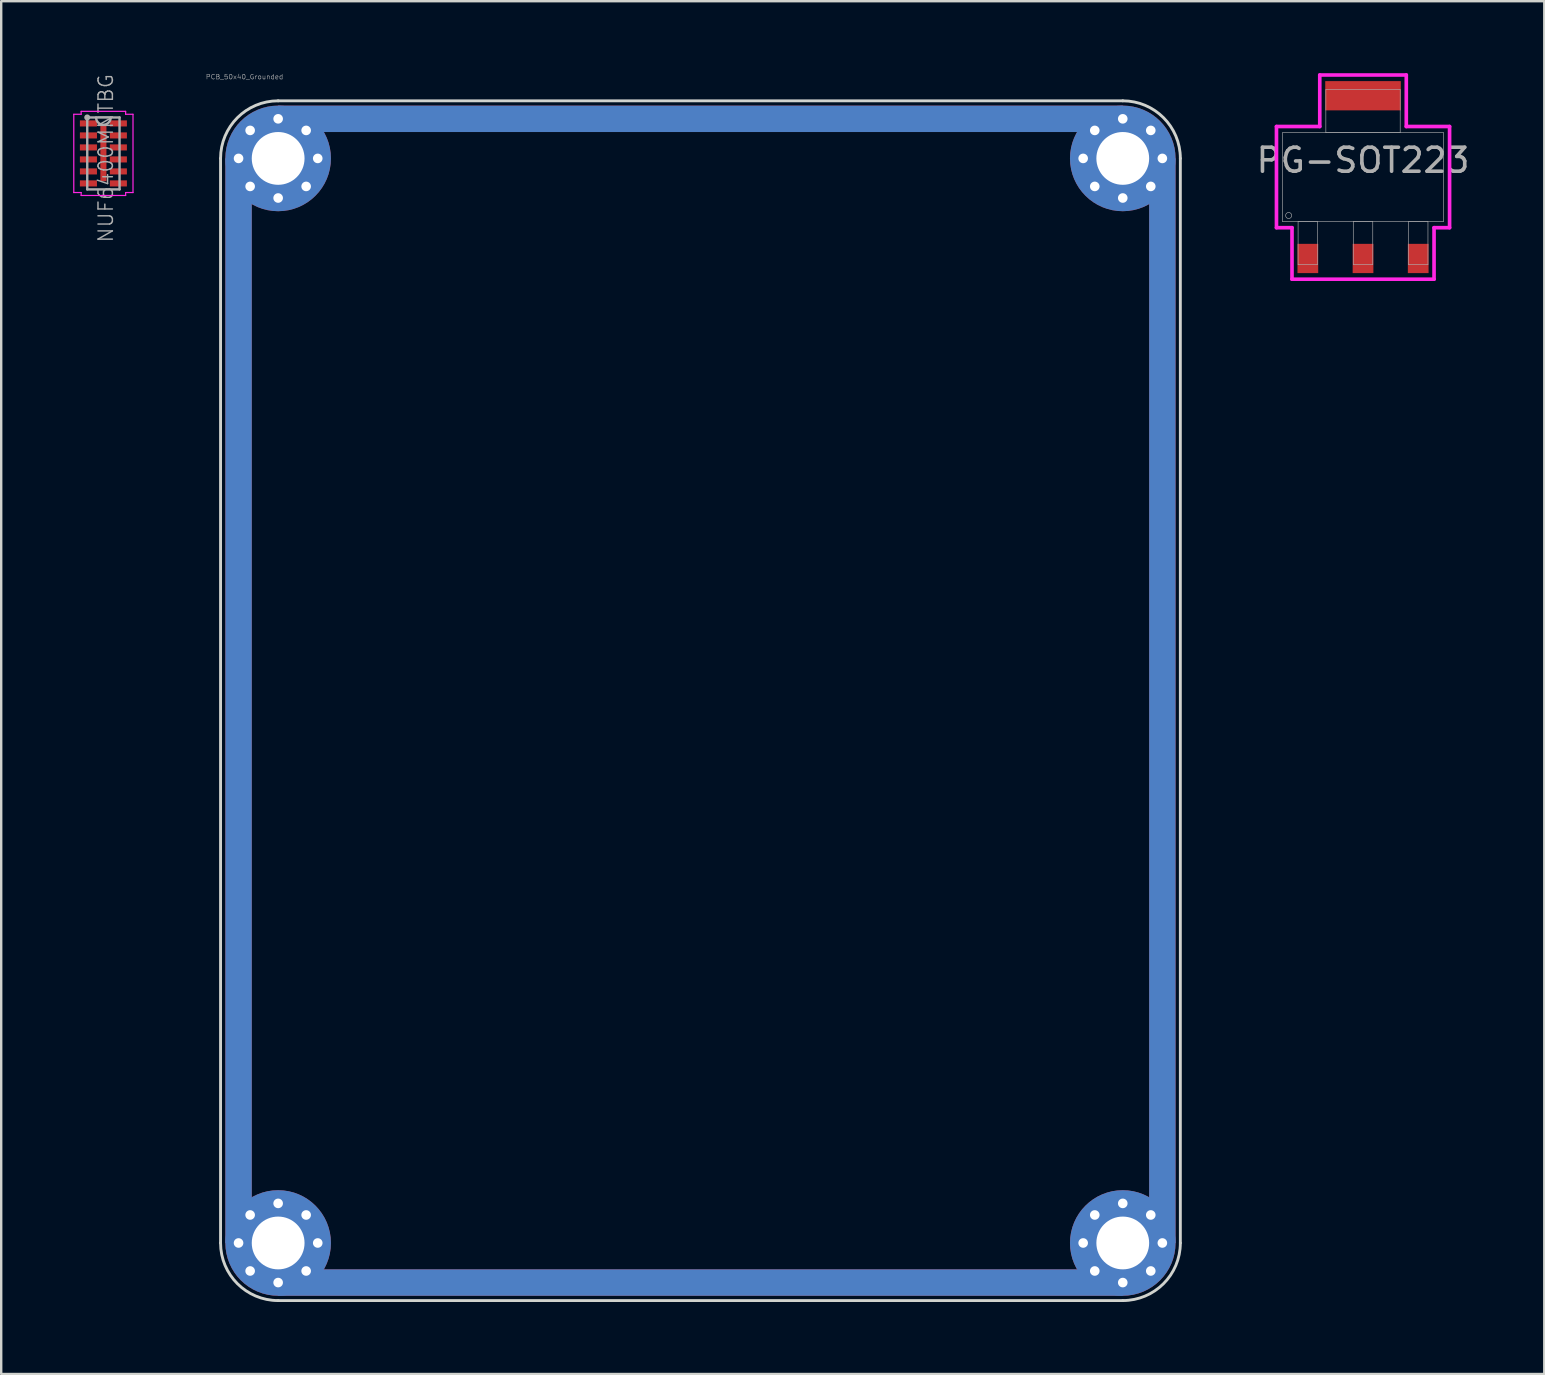
<source format=kicad_pcb>
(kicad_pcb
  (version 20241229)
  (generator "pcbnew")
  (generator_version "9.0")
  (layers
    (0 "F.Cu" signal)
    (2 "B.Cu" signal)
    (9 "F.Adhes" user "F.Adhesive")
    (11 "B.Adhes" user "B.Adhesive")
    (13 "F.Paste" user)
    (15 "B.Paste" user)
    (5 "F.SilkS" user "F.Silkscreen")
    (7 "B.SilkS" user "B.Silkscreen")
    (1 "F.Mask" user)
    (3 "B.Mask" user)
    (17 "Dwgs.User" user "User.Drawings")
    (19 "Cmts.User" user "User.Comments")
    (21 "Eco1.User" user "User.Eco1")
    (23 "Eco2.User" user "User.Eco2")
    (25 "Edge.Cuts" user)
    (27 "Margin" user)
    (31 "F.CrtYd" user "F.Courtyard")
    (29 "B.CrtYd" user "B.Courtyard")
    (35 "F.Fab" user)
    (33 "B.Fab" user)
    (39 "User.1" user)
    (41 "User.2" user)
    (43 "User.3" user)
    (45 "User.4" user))
  (footprint "PCB_50x40_Grounded"
    (layer "F.Cu")
    (at 6.142 1.152)
    (property "Reference" "PCB_50x40_Grounded" (at 1 -1 0) (unlocked yes) (layer "F.Fab") (effects (font (size 0.2 0.2) (thickness 0.02))))
    (attr exclude_from_pos_files exclude_from_bom)
    (fp_line (start 0 2.4) (end 0 47.6) (stroke (width 0.12) (type default)) (layer "Edge.Cuts"))
    (fp_line (start 2.4 50) (end 37.6 50) (stroke (width 0.12) (type default)) (layer "Edge.Cuts"))
    (fp_line (start 37.6 0) (end 2.4 0) (stroke (width 0.12) (type default)) (layer "Edge.Cuts"))
    (fp_line (start 40 2.4) (end 40 47.6) (stroke (width 0.12) (type default)) (layer "Edge.Cuts"))
    (fp_arc (start 0 2.4) (mid 0.702944 0.702944) (end 2.4 0) (stroke (width 0.12) (type default)) (layer "Edge.Cuts"))
    (fp_arc (start 2.4 50) (mid 0.702944 49.297056) (end 0 47.6) (stroke (width 0.12) (type default)) (layer "Edge.Cuts"))
    (fp_arc (start 37.6 0) (mid 39.297056 0.702944) (end 40 2.4) (stroke (width 0.12) (type default)) (layer "Edge.Cuts"))
    (fp_arc (start 40 47.6) (mid 39.297056 49.297056) (end 37.6 50) (stroke (width 0.12) (type default)) (layer "Edge.Cuts"))
    (pad "1" thru_hole circle (at 0.75 2.4) (size 0.7 0.7) (drill 0.4) (layers "*.Cu" "*.Mask"))
    (pad "1" smd rect (at 0.75 25) (size 1.1 45.2) (layers "F.Cu" "F.Mask" "F.Paste"))
    (pad "1" smd rect (at 0.75 25) (size 1.1 45.2) (layers "B.Cu" "B.Mask" "B.Paste"))
    (pad "1" thru_hole circle (at 0.75 47.6) (size 0.7 0.7) (drill 0.4) (layers "*.Cu" "*.Mask"))
    (pad "1" thru_hole circle (at 1.233 1.233) (size 0.7 0.7) (drill 0.4) (layers "*.Cu" "*.Mask"))
    (pad "1" thru_hole circle (at 1.233 3.567) (size 0.7 0.7) (drill 0.4) (layers "*.Cu" "*.Mask"))
    (pad "1" thru_hole circle (at 1.233 46.433) (size 0.7 0.7) (drill 0.4) (layers "*.Cu" "*.Mask"))
    (pad "1" thru_hole circle (at 1.233 48.767) (size 0.7 0.7) (drill 0.4) (layers "*.Cu" "*.Mask"))
    (pad "1" thru_hole circle (at 2.4 0.75) (size 0.7 0.7) (drill 0.4) (layers "*.Cu" "*.Mask"))
    (pad "1" thru_hole circle (at 2.4 2.4) (size 4.4 4.4) (drill 2.2) (layers "*.Cu" "*.Mask"))
    (pad "1" thru_hole circle (at 2.4 4.05) (size 0.7 0.7) (drill 0.4) (layers "*.Cu" "*.Mask"))
    (pad "1" thru_hole circle (at 2.4 45.95) (size 0.7 0.7) (drill 0.4) (layers "*.Cu" "*.Mask"))
    (pad "1" thru_hole circle (at 2.4 47.6) (size 4.4 4.4) (drill 2.2) (layers "*.Cu" "*.Mask"))
    (pad "1" thru_hole circle (at 2.4 49.25) (size 0.7 0.7) (drill 0.4) (layers "*.Cu" "*.Mask"))
    (pad "1" thru_hole circle (at 3.567 1.233) (size 0.7 0.7) (drill 0.4) (layers "*.Cu" "*.Mask"))
    (pad "1" thru_hole circle (at 3.567 3.567) (size 0.7 0.7) (drill 0.4) (layers "*.Cu" "*.Mask"))
    (pad "1" thru_hole circle (at 3.567 46.433) (size 0.7 0.7) (drill 0.4) (layers "*.Cu" "*.Mask"))
    (pad "1" thru_hole circle (at 3.567 48.767) (size 0.7 0.7) (drill 0.4) (layers "*.Cu" "*.Mask"))
    (pad "1" thru_hole circle (at 4.05 2.4) (size 0.7 0.7) (drill 0.4) (layers "*.Cu" "*.Mask"))
    (pad "1" thru_hole circle (at 4.05 47.6) (size 0.7 0.7) (drill 0.4) (layers "*.Cu" "*.Mask"))
    (pad "1" smd rect (at 20 0.75) (size 35.2 1.1) (layers "F.Cu" "F.Mask" "F.Paste"))
    (pad "1" smd rect (at 20 0.75) (size 35.2 1.1) (layers "B.Cu" "B.Mask" "B.Paste"))
    (pad "1" smd rect (at 20 49.25) (size 35.2 1.1) (layers "F.Cu" "F.Mask" "F.Paste"))
    (pad "1" smd rect (at 20 49.25) (size 35.2 1.1) (layers "B.Cu" "B.Mask" "B.Paste"))
    (pad "1" thru_hole circle (at 35.95 2.4) (size 0.7 0.7) (drill 0.4) (layers "*.Cu" "*.Mask"))
    (pad "1" thru_hole circle (at 35.95 47.6) (size 0.7 0.7) (drill 0.4) (layers "*.Cu" "*.Mask"))
    (pad "1" thru_hole circle (at 36.433 1.233) (size 0.7 0.7) (drill 0.4) (layers "*.Cu" "*.Mask"))
    (pad "1" thru_hole circle (at 36.433 3.567) (size 0.7 0.7) (drill 0.4) (layers "*.Cu" "*.Mask"))
    (pad "1" thru_hole circle (at 36.433 46.433) (size 0.7 0.7) (drill 0.4) (layers "*.Cu" "*.Mask"))
    (pad "1" thru_hole circle (at 36.433 48.767) (size 0.7 0.7) (drill 0.4) (layers "*.Cu" "*.Mask"))
    (pad "1" thru_hole circle (at 37.6 0.75) (size 0.7 0.7) (drill 0.4) (layers "*.Cu" "*.Mask"))
    (pad "1" thru_hole circle (at 37.6 2.4) (size 4.4 4.4) (drill 2.2) (layers "*.Cu" "*.Mask"))
    (pad "1" thru_hole circle (at 37.6 4.05) (size 0.7 0.7) (drill 0.4) (layers "*.Cu" "*.Mask"))
    (pad "1" thru_hole circle (at 37.6 45.95) (size 0.7 0.7) (drill 0.4) (layers "*.Cu" "*.Mask"))
    (pad "1" thru_hole circle (at 37.6 47.6) (size 4.4 4.4) (drill 2.2) (layers "*.Cu" "*.Mask"))
    (pad "1" thru_hole circle (at 37.6 49.25) (size 0.7 0.7) (drill 0.4) (layers "*.Cu" "*.Mask"))
    (pad "1" thru_hole circle (at 38.767 1.233) (size 0.7 0.7) (drill 0.4) (layers "*.Cu" "*.Mask"))
    (pad "1" thru_hole circle (at 38.767 3.567) (size 0.7 0.7) (drill 0.4) (layers "*.Cu" "*.Mask"))
    (pad "1" thru_hole circle (at 38.767 46.433) (size 0.7 0.7) (drill 0.4) (layers "*.Cu" "*.Mask"))
    (pad "1" thru_hole circle (at 38.767 48.767) (size 0.7 0.7) (drill 0.4) (layers "*.Cu" "*.Mask"))
    (pad "1" thru_hole circle (at 39.25 2.4) (size 0.7 0.7) (drill 0.4) (layers "*.Cu" "*.Mask"))
    (pad "1" smd rect (at 39.25 25) (size 1.1 45.2) (layers "F.Cu" "F.Mask" "F.Paste"))
    (pad "1" smd rect (at 39.25 25) (size 1.1 45.2) (layers "B.Cu" "B.Mask" "B.Paste"))
    (pad "1" thru_hole circle (at 39.25 47.6) (size 0.7 0.7) (drill 0.4) (layers "*.Cu" "*.Mask")))
  (footprint "NUF6400MNTBG"
    (layer "F.Cu")
    (at 1.259 3.344)
    (property "Reference" "NUF6400MNTBG" (at 0.1 0.2 90) (layer "F.Fab") (effects (font (size 0.6 0.6) (thickness 0.06))))
    (attr smd)
    (fp_line (start -1.234 -1.631) (end -0.927 -1.631) (stroke (width 0.05) (type solid)) (layer "F.CrtYd"))
    (fp_line (start -1.234 1.631) (end -1.234 -1.631) (stroke (width 0.05) (type solid)) (layer "F.CrtYd"))
    (fp_line (start -1.234 1.631) (end -0.927 1.631) (stroke (width 0.05) (type solid)) (layer "F.CrtYd"))
    (fp_line (start -0.927 -1.753) (end 0.927 -1.753) (stroke (width 0.05) (type solid)) (layer "F.CrtYd"))
    (fp_line (start -0.927 -1.631) (end -0.927 -1.753) (stroke (width 0.05) (type solid)) (layer "F.CrtYd"))
    (fp_line (start -0.927 1.753) (end -0.927 1.631) (stroke (width 0.05) (type solid)) (layer "F.CrtYd"))
    (fp_line (start 0.927 -1.753) (end 0.927 -1.631) (stroke (width 0.05) (type solid)) (layer "F.CrtYd"))
    (fp_line (start 0.927 -1.631) (end 1.234 -1.631) (stroke (width 0.05) (type solid)) (layer "F.CrtYd"))
    (fp_line (start 0.927 1.631) (end 0.927 1.753) (stroke (width 0.05) (type solid)) (layer "F.CrtYd"))
    (fp_line (start 0.927 1.753) (end -0.927 1.753) (stroke (width 0.05) (type solid)) (layer "F.CrtYd"))
    (fp_line (start 1.234 -1.631) (end 1.234 1.631) (stroke (width 0.05) (type solid)) (layer "F.CrtYd"))
    (fp_line (start 1.234 1.631) (end 0.927 1.631) (stroke (width 0.05) (type solid)) (layer "F.CrtYd"))
    (fp_line (start -0.673 -1.499) (end -0.673 1.499) (stroke (width 0.1) (type solid)) (layer "F.Fab"))
    (fp_line (start -0.673 1.499) (end 0.673 1.499) (stroke (width 0.1) (type solid)) (layer "F.Fab"))
    (fp_line (start 0.673 -1.499) (end -0.673 -1.499) (stroke (width 0.1) (type solid)) (layer "F.Fab"))
    (fp_line (start 0.673 1.499) (end 0.673 -1.499) (stroke (width 0.1) (type solid)) (layer "F.Fab"))
    (fp_arc (start 0.3048 -1.4986) (mid 0 -1.1938) (end -0.3048 -1.4986) (stroke (width 0.1) (type solid)) (layer "F.Fab"))
    (fp_circle (center -0.673 -1.499) (end -0.597 -1.499) (stroke (width 0.1) (type solid)) (fill no) (layer "F.Fab"))
    (pad "1" smd rect (at -0.624 -1.25) (size 0.711 0.254) (layers "F.Cu" "F.Mask" "F.Paste"))
    (pad "2" smd rect (at -0.624 -0.75) (size 0.711 0.254) (layers "F.Cu" "F.Mask" "F.Paste"))
    (pad "3" smd rect (at -0.624 -0.25) (size 0.711 0.254) (layers "F.Cu" "F.Mask" "F.Paste"))
    (pad "4" smd rect (at -0.624 0.25) (size 0.711 0.254) (layers "F.Cu" "F.Mask" "F.Paste"))
    (pad "5" smd rect (at -0.624 0.75) (size 0.711 0.254) (layers "F.Cu" "F.Mask" "F.Paste"))
    (pad "6" smd rect (at -0.624 1.25) (size 0.711 0.254) (layers "F.Cu" "F.Mask" "F.Paste"))
    (pad "7" smd rect (at 0.624 1.25) (size 0.711 0.254) (layers "F.Cu" "F.Mask" "F.Paste"))
    (pad "8" smd rect (at 0.624 0.75) (size 0.711 0.254) (layers "F.Cu" "F.Mask" "F.Paste"))
    (pad "9" smd rect (at 0.624 0.25) (size 0.711 0.254) (layers "F.Cu" "F.Mask" "F.Paste"))
    (pad "10" smd rect (at 0.624 -0.25) (size 0.711 0.254) (layers "F.Cu" "F.Mask" "F.Paste"))
    (pad "11" smd rect (at 0.624 -0.75) (size 0.711 0.254) (layers "F.Cu" "F.Mask" "F.Paste"))
    (pad "12" smd rect (at 0.624 -1.25) (size 0.711 0.254) (layers "F.Cu" "F.Mask" "F.Paste"))
    (pad "13" smd rect (at 0 0) (size 0.254 2.32) (layers "F.Cu" "F.Mask" "F.Paste")))
  (footprint "PG-SOT223"
    (layer "F.Cu")
    (at 53.755 4.331)
    (property "Reference" "PG-SOT223" (at 0 -0.7 0) (unlocked yes) (layer "F.Fab") (effects (font (size 1 1) (thickness 0.15))))
    (attr smd)
    (fp_line (start -3.607 -2.108) (end -1.803 -2.108) (stroke (width 0.152) (type solid)) (layer "F.CrtYd"))
    (fp_line (start -3.607 2.108) (end -3.607 -2.108) (stroke (width 0.152) (type solid)) (layer "F.CrtYd"))
    (fp_line (start -2.96 2.108) (end -3.607 2.108) (stroke (width 0.152) (type solid)) (layer "F.CrtYd"))
    (fp_line (start -2.96 4.255) (end -2.96 2.108) (stroke (width 0.152) (type solid)) (layer "F.CrtYd"))
    (fp_line (start -1.803 -4.255) (end 1.803 -4.255) (stroke (width 0.152) (type solid)) (layer "F.CrtYd"))
    (fp_line (start -1.803 -2.108) (end -1.803 -4.255) (stroke (width 0.152) (type solid)) (layer "F.CrtYd"))
    (fp_line (start 1.803 -4.255) (end 1.803 -2.108) (stroke (width 0.152) (type solid)) (layer "F.CrtYd"))
    (fp_line (start 1.803 -2.108) (end 3.607 -2.108) (stroke (width 0.152) (type solid)) (layer "F.CrtYd"))
    (fp_line (start 2.96 2.108) (end 2.96 4.255) (stroke (width 0.152) (type solid)) (layer "F.CrtYd"))
    (fp_line (start 2.96 4.255) (end -2.96 4.255) (stroke (width 0.152) (type solid)) (layer "F.CrtYd"))
    (fp_line (start 3.607 -2.108) (end 3.607 2.108) (stroke (width 0.152) (type solid)) (layer "F.CrtYd"))
    (fp_line (start 3.607 2.108) (end 2.96 2.108) (stroke (width 0.152) (type solid)) (layer "F.CrtYd"))
    (fp_line (start -3.353 -1.854) (end -3.353 1.854) (stroke (width 0.025) (type solid)) (layer "F.Fab"))
    (fp_line (start -3.353 1.854) (end 3.353 1.854) (stroke (width 0.025) (type solid)) (layer "F.Fab"))
    (fp_line (start -2.706 1.854) (end -2.706 3.645) (stroke (width 0.025) (type solid)) (layer "F.Fab"))
    (fp_line (start -2.706 3.645) (end -1.894 3.645) (stroke (width 0.025) (type solid)) (layer "F.Fab"))
    (fp_line (start -1.894 1.854) (end -2.706 1.854) (stroke (width 0.025) (type solid)) (layer "F.Fab"))
    (fp_line (start -1.894 3.645) (end -1.894 1.854) (stroke (width 0.025) (type solid)) (layer "F.Fab"))
    (fp_line (start -1.549 -3.645) (end -1.549 -1.854) (stroke (width 0.025) (type solid)) (layer "F.Fab"))
    (fp_line (start -1.549 -1.854) (end 1.549 -1.854) (stroke (width 0.025) (type solid)) (layer "F.Fab"))
    (fp_line (start -0.406 1.854) (end -0.406 3.645) (stroke (width 0.025) (type solid)) (layer "F.Fab"))
    (fp_line (start -0.406 3.645) (end 0.406 3.645) (stroke (width 0.025) (type solid)) (layer "F.Fab"))
    (fp_line (start 0.406 1.854) (end -0.406 1.854) (stroke (width 0.025) (type solid)) (layer "F.Fab"))
    (fp_line (start 0.406 3.645) (end 0.406 1.854) (stroke (width 0.025) (type solid)) (layer "F.Fab"))
    (fp_line (start 1.549 -3.645) (end -1.549 -3.645) (stroke (width 0.025) (type solid)) (layer "F.Fab"))
    (fp_line (start 1.549 -1.854) (end 1.549 -3.645) (stroke (width 0.025) (type solid)) (layer "F.Fab"))
    (fp_line (start 1.894 1.854) (end 1.894 3.645) (stroke (width 0.025) (type solid)) (layer "F.Fab"))
    (fp_line (start 1.894 3.645) (end 2.706 3.645) (stroke (width 0.025) (type solid)) (layer "F.Fab"))
    (fp_line (start 2.706 1.854) (end 1.894 1.854) (stroke (width 0.025) (type solid)) (layer "F.Fab"))
    (fp_line (start 2.706 3.645) (end 2.706 1.854) (stroke (width 0.025) (type solid)) (layer "F.Fab"))
    (fp_line (start 3.353 -1.854) (end -3.353 -1.854) (stroke (width 0.025) (type solid)) (layer "F.Fab"))
    (fp_line (start 3.353 1.854) (end 3.353 -1.854) (stroke (width 0.025) (type solid)) (layer "F.Fab"))
    (fp_circle (center -3.099 1.6) (end -2.972 1.6) (stroke (width 0.025) (type solid)) (fill no) (layer "F.Fab"))
    (pad "1" smd rect (at -2.3 3.391) (size 0.864 1.219) (layers "F.Cu" "F.Mask" "F.Paste"))
    (pad "2" smd rect (at 0 -3.391) (size 3.15 1.219) (layers "F.Cu" "F.Mask" "F.Paste"))
    (pad "2" smd rect (at 0 3.391) (size 0.864 1.219) (layers "F.Cu" "F.Mask" "F.Paste"))
    (pad "3" smd rect (at 2.3 3.391) (size 0.864 1.219) (layers "F.Cu" "F.Mask" "F.Paste")))
  (gr_rect
    (start -3 -3)
    (end 61.309 54.212)
    (stroke (width 0.1) (type default))
    (fill no)
    (layer "Edge.Cuts")))
</source>
